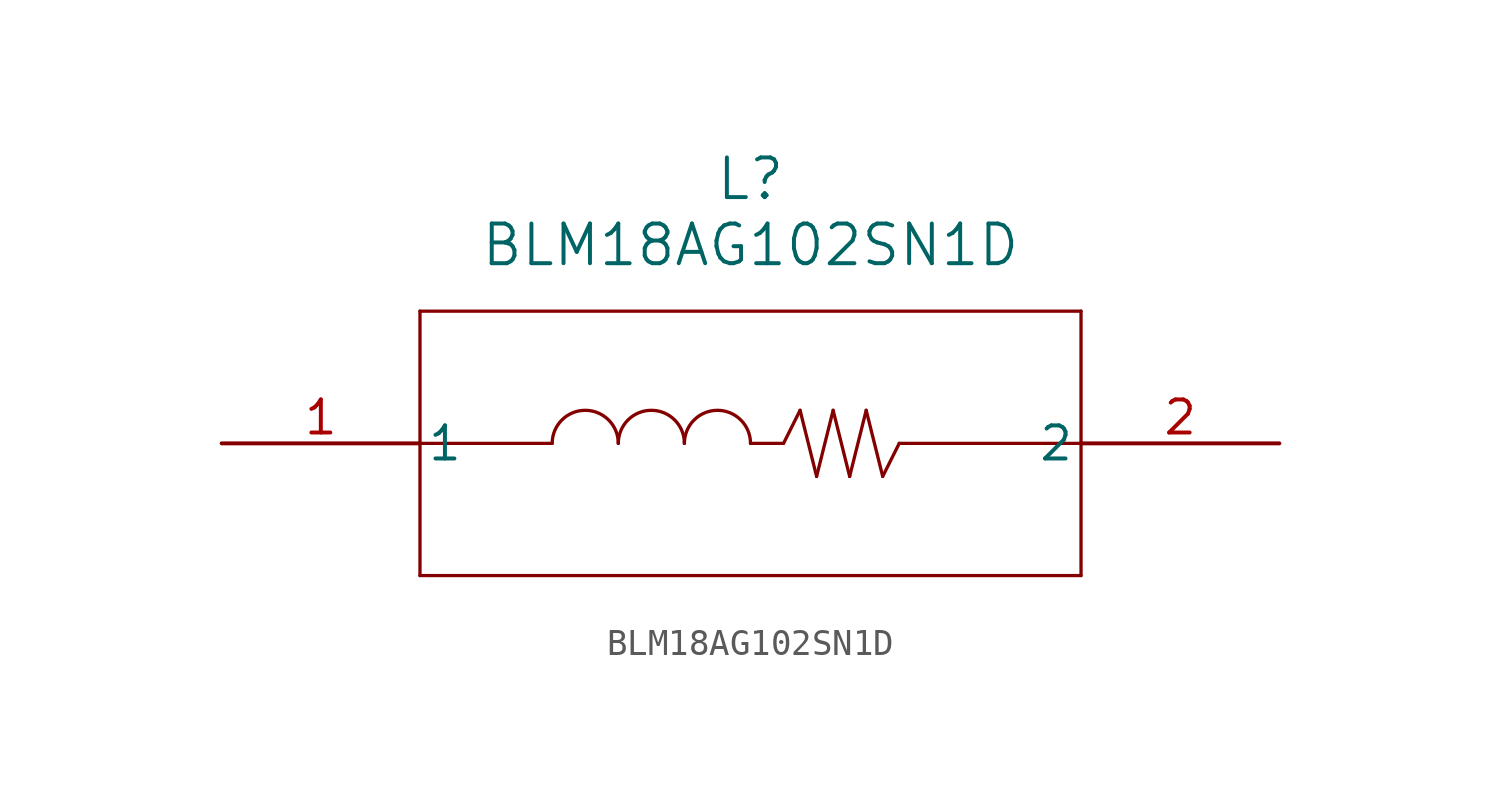
<source format=kicad_sym>
(kicad_symbol_lib
  (version 20211014)
  (generator kicad_symbol_editor)
  (symbol "BLM18AG102SN1D"
    (pin_names
      (offset 0.254))
    (property "Reference" "L"
      (at 20.32 10.16 0)
      (effects (font (size 1.524 1.524))))
    (property "Value" "BLM18AG102SN1D"
      (at 20.32 7.62 0)
      (effects (font (size 1.524 1.524))))
    (symbol "BLM18AG102SN1D_0_1"
      (polyline (pts (xy 7.62 5.08) (xy 7.62 -5.08)) (stroke (width 0.127) (type default) (color 0 0 0 0)) (fill (type none)))
      (polyline (pts (xy 7.62 -5.08) (xy 33.02 -5.08)) (stroke (width 0.127) (type default) (color 0 0 0 0)) (fill (type none)))
      (polyline (pts (xy 33.02 -5.08) (xy 33.02 5.08)) (stroke (width 0.127) (type default) (color 0 0 0 0)) (fill (type none)))
      (polyline (pts (xy 33.02 5.08) (xy 7.62 5.08)) (stroke (width 0.127) (type default) (color 0 0 0 0)) (fill (type none)))
      (arc (start 15.24 0) (mid 13.97 1.27) (end 12.7 0) (stroke (width 0.127) (type default) (color 0 0 0 0)) (fill (type none)))
      (arc (start 17.78 0) (mid 16.51 1.27) (end 15.24 0) (stroke (width 0.127) (type default) (color 0 0 0 0)) (fill (type none)))
      (arc (start 20.32 0) (mid 19.05 1.27) (end 17.78 0) (stroke (width 0.127) (type default) (color 0 0 0 0)) (fill (type none)))
      (polyline (pts (xy 20.32 0) (xy 21.59 0)) (stroke (width 0.127) (type default) (color 0 0 0 0)) (fill (type none)))
      (polyline (pts (xy 21.59 0) (xy 22.225 1.27)) (stroke (width 0.127) (type default) (color 0 0 0 0)) (fill (type none)))
      (polyline (pts (xy 22.225 1.27) (xy 22.86 -1.27)) (stroke (width 0.127) (type default) (color 0 0 0 0)) (fill (type none)))
      (polyline (pts (xy 22.86 -1.27) (xy 23.495 1.27)) (stroke (width 0.127) (type default) (color 0 0 0 0)) (fill (type none)))
      (polyline (pts (xy 23.495 1.27) (xy 24.13 -1.27)) (stroke (width 0.127) (type default) (color 0 0 0 0)) (fill (type none)))
      (polyline (pts (xy 24.13 -1.27) (xy 24.765 1.27)) (stroke (width 0.127) (type default) (color 0 0 0 0)) (fill (type none)))
      (polyline (pts (xy 24.765 1.27) (xy 25.4 -1.27)) (stroke (width 0.127) (type default) (color 0 0 0 0)) (fill (type none)))
      (polyline (pts (xy 25.4 -1.27) (xy 26.035 0)) (stroke (width 0.127) (type default) (color 0 0 0 0)) (fill (type none)))
      (polyline (pts (xy 26.035 0) (xy 33.02 0)) (stroke (width 0.127) (type default) (color 0 0 0 0)) (fill (type none)))
      (polyline (pts (xy 12.7 0) (xy 7.62 0)) (stroke (width 0.127) (type default) (color 0 0 0 0)) (fill (type none)))
      (pin unspecified line (at 40.64 0 180) (length 7.62) (name "2" (effects (font (size 1.27 1.27)))) (number "2" (effects (font (size 1.27 1.27)))))
      (pin unspecified line (at 0 0 0) (length 7.62) (name "1" (effects (font (size 1.27 1.27)))) (number "1" (effects (font (size 1.27 1.27))))))))
</source>
